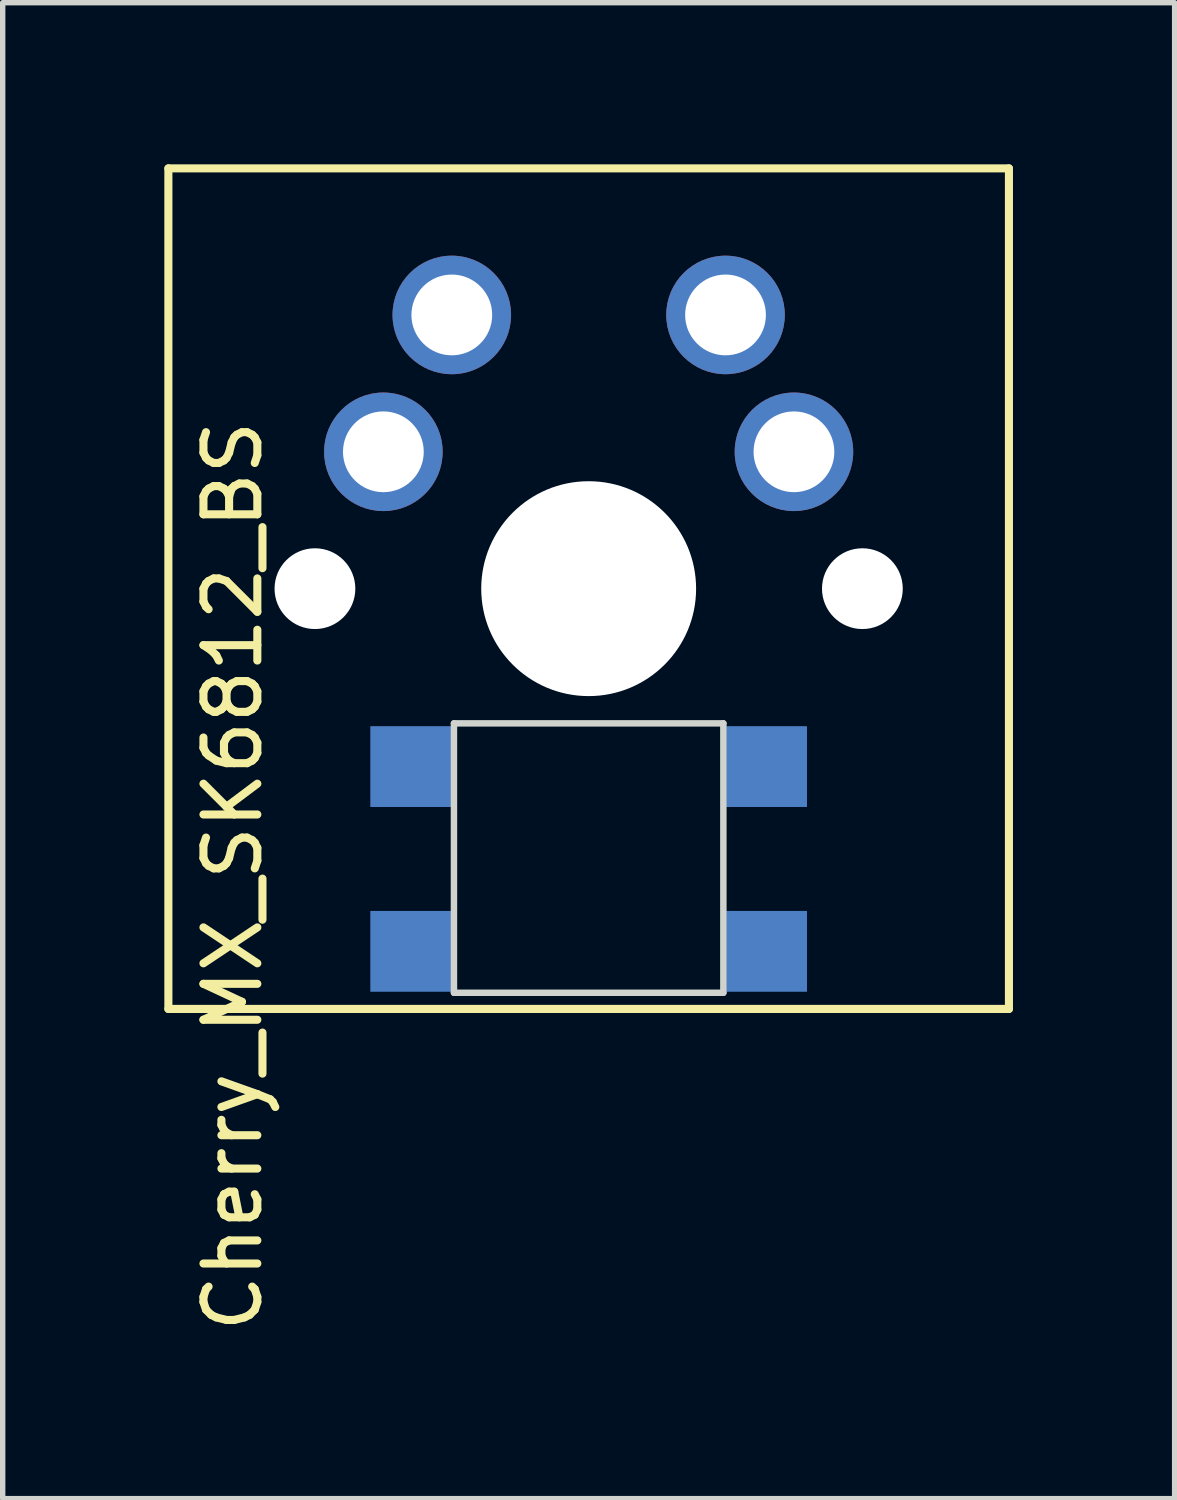
<source format=kicad_pcb>
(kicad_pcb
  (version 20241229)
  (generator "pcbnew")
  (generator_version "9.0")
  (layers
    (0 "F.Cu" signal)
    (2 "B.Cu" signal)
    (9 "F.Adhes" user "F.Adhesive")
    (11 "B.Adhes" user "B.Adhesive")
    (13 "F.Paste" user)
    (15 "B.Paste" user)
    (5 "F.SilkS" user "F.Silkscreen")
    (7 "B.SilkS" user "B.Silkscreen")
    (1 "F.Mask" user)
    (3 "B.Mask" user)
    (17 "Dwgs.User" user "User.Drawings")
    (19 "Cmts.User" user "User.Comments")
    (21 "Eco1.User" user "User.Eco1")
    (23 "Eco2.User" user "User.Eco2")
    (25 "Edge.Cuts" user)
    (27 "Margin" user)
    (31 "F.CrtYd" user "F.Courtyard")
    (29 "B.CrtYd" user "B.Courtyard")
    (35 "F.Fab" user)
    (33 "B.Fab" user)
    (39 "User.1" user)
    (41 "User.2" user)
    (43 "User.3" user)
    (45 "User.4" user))
  (footprint "Cherry_MX_SK6812_BS"
    (layer "F.Cu")
    (at 7.875 7.875)
    (property "Reference" "Cherry_MX_SK6812_BS" (at -6.604 5.334 90) (layer "F.SilkS") (effects (font (size 1 1) (thickness 0.15))))
    (attr through_hole)
    (fp_line (start -7.8 -7.8) (end 7.8 -7.8) (stroke (width 0.15) (type solid)) (layer "F.SilkS"))
    (fp_line (start -7.8 7.8) (end -7.8 -7.8) (stroke (width 0.15) (type solid)) (layer "F.SilkS"))
    (fp_line (start 7.8 -7.8) (end 7.8 7.8) (stroke (width 0.15) (type solid)) (layer "F.SilkS"))
    (fp_line (start 7.8 7.8) (end -7.8 7.8) (stroke (width 0.15) (type solid)) (layer "F.SilkS"))
    (fp_line (start -2.5 2.5) (end 2.5 2.5) (stroke (width 0.12) (type solid)) (layer "Edge.Cuts"))
    (fp_line (start -2.5 7.5) (end -2.5 2.5) (stroke (width 0.12) (type solid)) (layer "Edge.Cuts"))
    (fp_line (start 2.5 2.5) (end 2.5 7.5) (stroke (width 0.12) (type solid)) (layer "Edge.Cuts"))
    (fp_line (start 2.5 7.5) (end -2.5 7.5) (stroke (width 0.12) (type solid)) (layer "Edge.Cuts"))
    (pad "" np_thru_hole circle (at -5.08 0) (size 1.499 1.499) (drill 1.499) (layers "*.Cu" "*.Mask"))
    (pad "" np_thru_hole circle (at 0 0) (size 3.988 3.988) (drill 3.988) (layers "*.Cu" "*.Mask"))
    (pad "" np_thru_hole circle (at 5.08 0) (size 1.499 1.499) (drill 1.499) (layers "*.Cu" "*.Mask"))
    (pad "1" thru_hole circle (at -3.81 -2.54) (size 2.2 2.2) (drill 1.499) (layers "*.Cu" "*.Mask"))
    (pad "1" thru_hole circle (at 3.81 -2.54) (size 2.2 2.2) (drill 1.499) (layers "*.Cu" "*.Mask"))
    (pad "2" thru_hole circle (at -2.54 -5.08) (size 2.2 2.2) (drill 1.499) (layers "*.Cu" "*.Mask"))
    (pad "2" thru_hole circle (at 2.54 -5.08) (size 2.2 2.2) (drill 1.499) (layers "*.Cu" "*.Mask"))
    (pad "3" smd rect (at 3.302 3.302) (size 1.5 1.5) (layers "B.Cu" "B.Mask" "B.Paste"))
    (pad "4" smd rect (at 3.302 6.731) (size 1.5 1.5) (layers "B.Cu" "B.Mask" "B.Paste"))
    (pad "5" smd rect (at -3.302 3.302) (size 1.5 1.5) (layers "B.Cu" "B.Mask" "B.Paste"))
    (pad "6" smd rect (at -3.302 6.731) (size 1.5 1.5) (layers "B.Cu" "B.Mask" "B.Paste")))
  (gr_rect
    (start -3 -3)
    (end 18.75 24.763)
    (stroke (width 0.1) (type default))
    (fill no)
    (layer "Edge.Cuts")))
</source>
